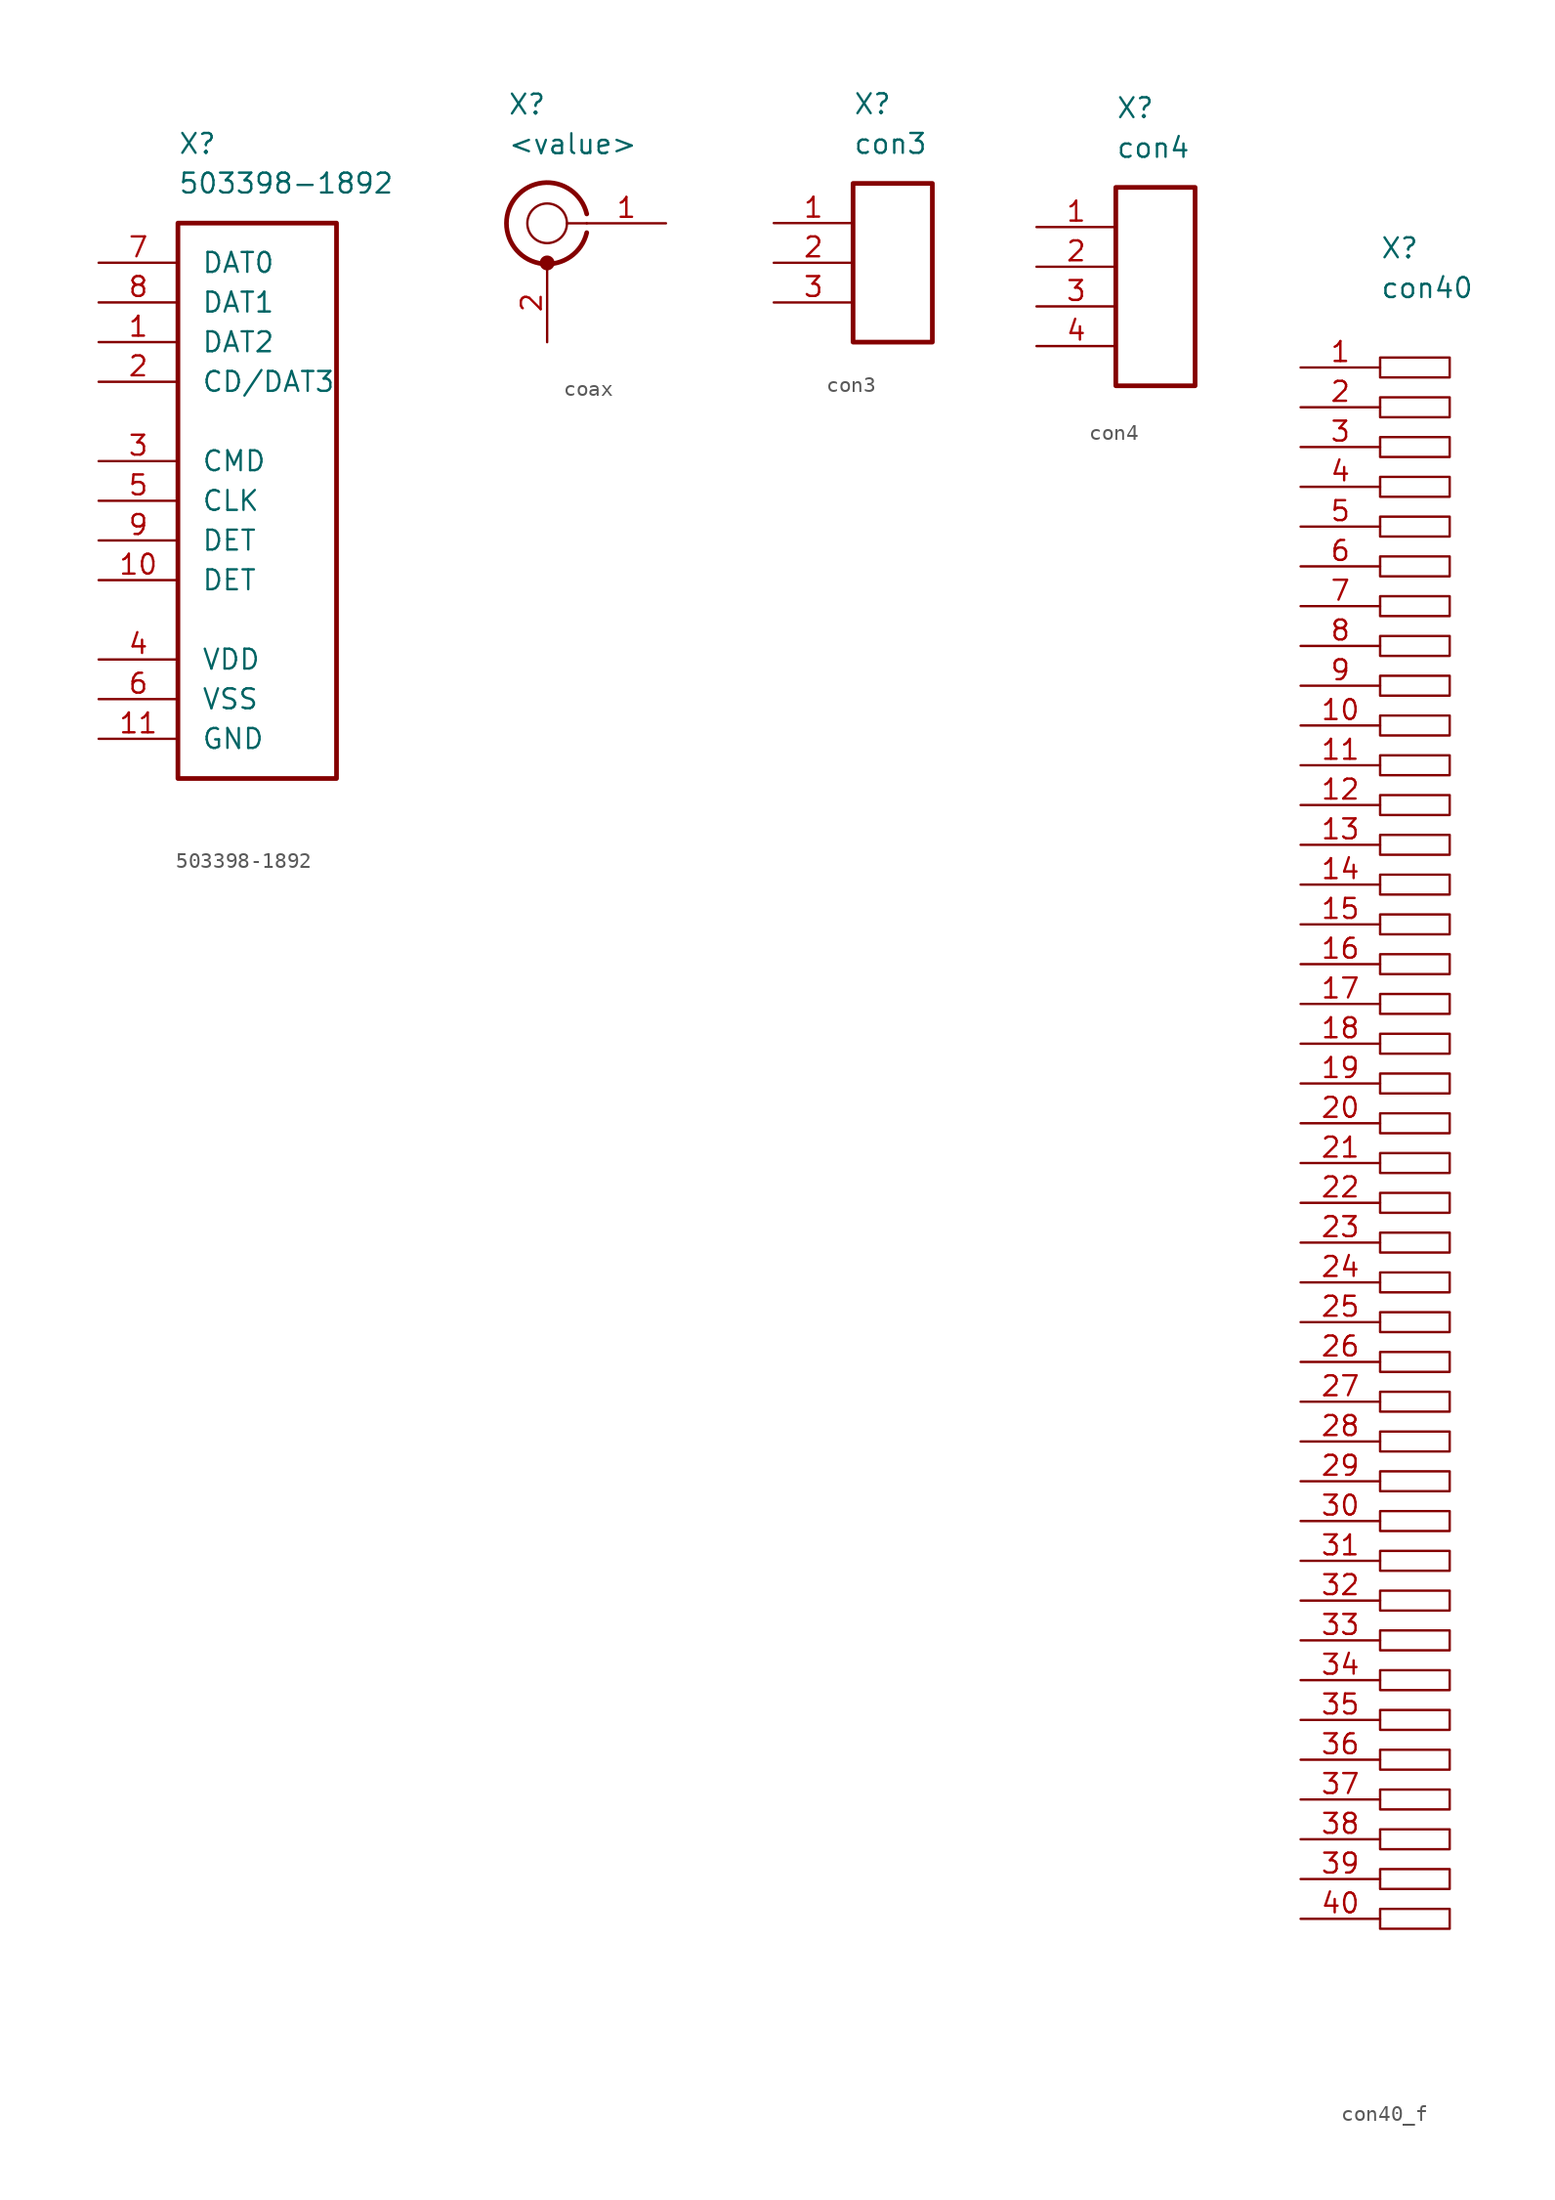
<source format=kicad_sym>
(kicad_symbol_lib
  (version 20241209)
  (generator "kicad_symbol_editor")
  (generator_version "9.0")
  (symbol "503398-1892"
    (pin_names
      (offset 1.5))
    (property "Reference" "X"
      (at 5.08 5.08 0)
      (effects (font (size 1.27 1.27)) (justify left)))
    (property "Value" "503398-1892"
      (at 5.08 2.54 0)
      (effects (font (size 1.27 1.27)) (justify left)))
    (symbol "503398-1892_0_1"
      (rectangle (start 5.08 0) (end 15.24 -35.56) (stroke (width 0.3) (type default)) (fill (type none))))
    (symbol "503398-1892_1_1"
      (pin passive line (at 0 -2.54 0) (length 5.08) (name "DAT0" (effects (font (size 1.27 1.27)))) (number "7" (effects (font (size 1.27 1.27)))))
      (pin passive line (at 0 -5.08 0) (length 5.08) (name "DAT1" (effects (font (size 1.27 1.27)))) (number "8" (effects (font (size 1.27 1.27)))))
      (pin passive line (at 0 -7.62 0) (length 5.08) (name "DAT2" (effects (font (size 1.27 1.27)))) (number "1" (effects (font (size 1.27 1.27)))))
      (pin passive line (at 0 -10.16 0) (length 5.08) (name "CD/DAT3" (effects (font (size 1.27 1.27)))) (number "2" (effects (font (size 1.27 1.27)))))
      (pin passive line (at 0 -15.24 0) (length 5.08) (name "CMD" (effects (font (size 1.27 1.27)))) (number "3" (effects (font (size 1.27 1.27)))))
      (pin passive line (at 0 -17.78 0) (length 5.08) (name "CLK" (effects (font (size 1.27 1.27)))) (number "5" (effects (font (size 1.27 1.27)))))
      (pin passive line (at 0 -20.32 0) (length 5.08) (name "DET" (effects (font (size 1.27 1.27)))) (number "9" (effects (font (size 1.27 1.27)))))
      (pin passive line (at 0 -22.86 0) (length 5.08) (name "DET" (effects (font (size 1.27 1.27)))) (number "10" (effects (font (size 1.27 1.27)))))
      (pin passive line (at 0 -27.94 0) (length 5.08) (name "VDD" (effects (font (size 1.27 1.27)))) (number "4" (effects (font (size 1.27 1.27)))))
      (pin passive line (at 0 -30.48 0) (length 5.08) (name "VSS" (effects (font (size 1.27 1.27)))) (number "6" (effects (font (size 1.27 1.27)))))
      (pin passive line (at 0 -33.02 0) (length 5.08) (name "GND" (effects (font (size 1.27 1.27)))) (number "11" (effects (font (size 1.27 1.27)))))))
  (symbol "coax"
    (pin_names
      (hide yes))
    (property "Reference" "X"
      (at -2.54 7.62 0)
      (effects (font (size 1.27 1.27)) (justify left)))
    (property "Value" "<value>"
      (at -2.54 5.08 0)
      (effects (font (size 1.27 1.27)) (justify left)))
    (symbol "coax_0_1"
      (circle (center 0 0) (radius 1.27) (stroke (width 0) (type default)) (fill (type none)))
      (arc (start 2.54 -0.6) (mid -2.6099 0) (end 2.54 0.6) (stroke (width 0.3) (type default)) (fill (type none)))
      (circle (center 0 -2.54) (radius 0.4) (stroke (width 0) (type default)) (fill (type outline)))
      (polyline (pts (xy 1.27 0) (xy 2.54 0)) (stroke (width 0) (type default)) (fill (type none))))
    (symbol "coax_1_1"
      (pin passive line (at 0 -7.62 90) (length 5.08) (name "2" (effects (font (size 1.27 1.27)))) (number "2" (effects (font (size 1.27 1.27)))))
      (pin passive line (at 7.62 0 180) (length 5.08) (name "1" (effects (font (size 1.27 1.27)))) (number "1" (effects (font (size 1.27 1.27)))))))
  (symbol "con3"
    (property "Reference" "X"
      (at 5.08 5.08 0)
      (effects (font (size 1.27 1.27)) (justify left)))
    (property "Value" "con3"
      (at 5.08 2.54 0)
      (effects (font (size 1.27 1.27)) (justify left)))
    (symbol "con3_0_1"
      (rectangle (start 5.08 0) (end 10.16 -10.16) (stroke (width 0.3) (type default)) (fill (type none))))
    (symbol "con3_1_1"
      (pin passive line (at 0 -2.54 0) (length 5.08) (name "" (effects (font (size 1.27 1.27)))) (number "1" (effects (font (size 1.27 1.27)))))
      (pin passive line (at 0 -5.08 0) (length 5.08) (name "" (effects (font (size 1.27 1.27)))) (number "2" (effects (font (size 1.27 1.27)))))
      (pin passive line (at 0 -7.62 0) (length 5.08) (name "" (effects (font (size 1.27 1.27)))) (number "3" (effects (font (size 1.27 1.27)))))))
  (symbol "con4"
    (property "Reference" "X"
      (at 5.08 5.08 0)
      (effects (font (size 1.27 1.27)) (justify left)))
    (property "Value" "con4"
      (at 5.08 2.54 0)
      (effects (font (size 1.27 1.27)) (justify left)))
    (symbol "con4_0_1"
      (rectangle (start 5.08 0) (end 10.16 -12.7) (stroke (width 0.3) (type default)) (fill (type none))))
    (symbol "con4_1_1"
      (pin passive line (at 0 -2.54 0) (length 5.08) (name "" (effects (font (size 1.27 1.27)))) (number "1" (effects (font (size 1.27 1.27)))))
      (pin passive line (at 0 -5.08 0) (length 5.08) (name "" (effects (font (size 1.27 1.27)))) (number "2" (effects (font (size 1.27 1.27)))))
      (pin passive line (at 0 -7.62 0) (length 5.08) (name "" (effects (font (size 1.27 1.27)))) (number "3" (effects (font (size 1.27 1.27)))))
      (pin passive line (at 0 -10.16 0) (length 5.08) (name "" (effects (font (size 1.27 1.27)))) (number "4" (effects (font (size 1.27 1.27)))))))
  (symbol "con40_f"
    (property "Reference" "X"
      (at 5.08 5.08 0)
      (effects (font (size 1.27 1.27)) (justify left)))
    (property "Value" "con40"
      (at 5.08 2.54 0)
      (effects (font (size 1.27 1.27)) (justify left)))
    (symbol "con40_f_0_1"
      (rectangle (start 5.08 -1.905) (end 9.525 -3.175) (stroke (width 0) (type default)) (fill (type none)))
      (rectangle (start 5.08 -4.445) (end 9.525 -5.715) (stroke (width 0) (type default)) (fill (type none)))
      (rectangle (start 5.08 -6.985) (end 9.525 -8.255) (stroke (width 0) (type default)) (fill (type none)))
      (rectangle (start 5.08 -9.525) (end 9.525 -10.795) (stroke (width 0) (type default)) (fill (type none)))
      (rectangle (start 5.08 -12.065) (end 9.525 -13.335) (stroke (width 0) (type default)) (fill (type none)))
      (rectangle (start 5.08 -14.605) (end 9.525 -15.875) (stroke (width 0) (type default)) (fill (type none)))
      (rectangle (start 5.08 -17.145) (end 9.525 -18.415) (stroke (width 0) (type default)) (fill (type none)))
      (rectangle (start 5.08 -19.685) (end 9.525 -20.955) (stroke (width 0) (type default)) (fill (type none)))
      (rectangle (start 5.08 -22.225) (end 9.525 -23.495) (stroke (width 0) (type default)) (fill (type none)))
      (rectangle (start 5.08 -24.765) (end 9.525 -26.035) (stroke (width 0) (type default)) (fill (type none)))
      (rectangle (start 5.08 -27.305) (end 9.525 -28.575) (stroke (width 0) (type default)) (fill (type none)))
      (rectangle (start 5.08 -29.845) (end 9.525 -31.115) (stroke (width 0) (type default)) (fill (type none)))
      (rectangle (start 5.08 -32.385) (end 9.525 -33.655) (stroke (width 0) (type default)) (fill (type none)))
      (rectangle (start 5.08 -34.925) (end 9.525 -36.195) (stroke (width 0) (type default)) (fill (type none)))
      (rectangle (start 5.08 -37.465) (end 9.525 -38.735) (stroke (width 0) (type default)) (fill (type none)))
      (rectangle (start 5.08 -40.005) (end 9.525 -41.275) (stroke (width 0) (type default)) (fill (type none)))
      (rectangle (start 5.08 -42.545) (end 9.525 -43.815) (stroke (width 0) (type default)) (fill (type none)))
      (rectangle (start 5.08 -45.085) (end 9.525 -46.355) (stroke (width 0) (type default)) (fill (type none)))
      (rectangle (start 5.08 -47.625) (end 9.525 -48.895) (stroke (width 0) (type default)) (fill (type none)))
      (rectangle (start 5.08 -50.165) (end 9.525 -51.435) (stroke (width 0) (type default)) (fill (type none)))
      (rectangle (start 5.08 -52.705) (end 9.525 -53.975) (stroke (width 0) (type default)) (fill (type none)))
      (rectangle (start 5.08 -55.245) (end 9.525 -56.515) (stroke (width 0) (type default)) (fill (type none)))
      (rectangle (start 5.08 -57.785) (end 9.525 -59.055) (stroke (width 0) (type default)) (fill (type none)))
      (rectangle (start 5.08 -60.325) (end 9.525 -61.595) (stroke (width 0) (type default)) (fill (type none)))
      (rectangle (start 5.08 -62.865) (end 9.525 -64.135) (stroke (width 0) (type default)) (fill (type none)))
      (rectangle (start 5.08 -65.405) (end 9.525 -66.675) (stroke (width 0) (type default)) (fill (type none)))
      (rectangle (start 5.08 -67.945) (end 9.525 -69.215) (stroke (width 0) (type default)) (fill (type none)))
      (rectangle (start 5.08 -70.485) (end 9.525 -71.755) (stroke (width 0) (type default)) (fill (type none)))
      (rectangle (start 5.08 -73.025) (end 9.525 -74.295) (stroke (width 0) (type default)) (fill (type none)))
      (rectangle (start 5.08 -75.565) (end 9.525 -76.835) (stroke (width 0) (type default)) (fill (type none)))
      (rectangle (start 5.08 -78.105) (end 9.525 -79.375) (stroke (width 0) (type default)) (fill (type none)))
      (rectangle (start 5.08 -80.645) (end 9.525 -81.915) (stroke (width 0) (type default)) (fill (type none)))
      (rectangle (start 5.08 -83.185) (end 9.525 -84.455) (stroke (width 0) (type default)) (fill (type none)))
      (rectangle (start 5.08 -85.725) (end 9.525 -86.995) (stroke (width 0) (type default)) (fill (type none)))
      (rectangle (start 5.08 -88.265) (end 9.525 -89.535) (stroke (width 0) (type default)) (fill (type none)))
      (rectangle (start 5.08 -90.805) (end 9.525 -92.075) (stroke (width 0) (type default)) (fill (type none)))
      (rectangle (start 5.08 -93.345) (end 9.525 -94.615) (stroke (width 0) (type default)) (fill (type none)))
      (rectangle (start 5.08 -95.885) (end 9.525 -97.155) (stroke (width 0) (type default)) (fill (type none)))
      (rectangle (start 5.08 -98.425) (end 9.525 -99.695) (stroke (width 0) (type default)) (fill (type none)))
      (rectangle (start 5.08 -100.965) (end 9.525 -102.235) (stroke (width 0) (type default)) (fill (type none))))
    (symbol "con40_f_1_1"
      (pin passive line (at 0 -2.54 0) (length 5.08) (name "" (effects (font (size 1.27 1.27)))) (number "1" (effects (font (size 1.27 1.27)))))
      (pin passive line (at 0 -5.08 0) (length 5.08) (name "" (effects (font (size 1.27 1.27)))) (number "2" (effects (font (size 1.27 1.27)))))
      (pin passive line (at 0 -7.62 0) (length 5.08) (name "" (effects (font (size 1.27 1.27)))) (number "3" (effects (font (size 1.27 1.27)))))
      (pin passive line (at 0 -10.16 0) (length 5.08) (name "" (effects (font (size 1.27 1.27)))) (number "4" (effects (font (size 1.27 1.27)))))
      (pin passive line (at 0 -12.7 0) (length 5.08) (name "" (effects (font (size 1.27 1.27)))) (number "5" (effects (font (size 1.27 1.27)))))
      (pin passive line (at 0 -15.24 0) (length 5.08) (name "" (effects (font (size 1.27 1.27)))) (number "6" (effects (font (size 1.27 1.27)))))
      (pin passive line (at 0 -17.78 0) (length 5.08) (name "" (effects (font (size 1.27 1.27)))) (number "7" (effects (font (size 1.27 1.27)))))
      (pin passive line (at 0 -20.32 0) (length 5.08) (name "" (effects (font (size 1.27 1.27)))) (number "8" (effects (font (size 1.27 1.27)))))
      (pin passive line (at 0 -22.86 0) (length 5.08) (name "" (effects (font (size 1.27 1.27)))) (number "9" (effects (font (size 1.27 1.27)))))
      (pin passive line (at 0 -25.4 0) (length 5.08) (name "" (effects (font (size 1.27 1.27)))) (number "10" (effects (font (size 1.27 1.27)))))
      (pin passive line (at 0 -27.94 0) (length 5.08) (name "" (effects (font (size 1.27 1.27)))) (number "11" (effects (font (size 1.27 1.27)))))
      (pin passive line (at 0 -30.48 0) (length 5.08) (name "" (effects (font (size 1.27 1.27)))) (number "12" (effects (font (size 1.27 1.27)))))
      (pin passive line (at 0 -33.02 0) (length 5.08) (name "" (effects (font (size 1.27 1.27)))) (number "13" (effects (font (size 1.27 1.27)))))
      (pin passive line (at 0 -35.56 0) (length 5.08) (name "" (effects (font (size 1.27 1.27)))) (number "14" (effects (font (size 1.27 1.27)))))
      (pin passive line (at 0 -38.1 0) (length 5.08) (name "" (effects (font (size 1.27 1.27)))) (number "15" (effects (font (size 1.27 1.27)))))
      (pin passive line (at 0 -40.64 0) (length 5.08) (name "" (effects (font (size 1.27 1.27)))) (number "16" (effects (font (size 1.27 1.27)))))
      (pin passive line (at 0 -43.18 0) (length 5.08) (name "" (effects (font (size 1.27 1.27)))) (number "17" (effects (font (size 1.27 1.27)))))
      (pin passive line (at 0 -45.72 0) (length 5.08) (name "" (effects (font (size 1.27 1.27)))) (number "18" (effects (font (size 1.27 1.27)))))
      (pin passive line (at 0 -48.26 0) (length 5.08) (name "" (effects (font (size 1.27 1.27)))) (number "19" (effects (font (size 1.27 1.27)))))
      (pin passive line (at 0 -50.8 0) (length 5.08) (name "" (effects (font (size 1.27 1.27)))) (number "20" (effects (font (size 1.27 1.27)))))
      (pin passive line (at 0 -53.34 0) (length 5.08) (name "" (effects (font (size 1.27 1.27)))) (number "21" (effects (font (size 1.27 1.27)))))
      (pin passive line (at 0 -55.88 0) (length 5.08) (name "" (effects (font (size 1.27 1.27)))) (number "22" (effects (font (size 1.27 1.27)))))
      (pin passive line (at 0 -58.42 0) (length 5.08) (name "" (effects (font (size 1.27 1.27)))) (number "23" (effects (font (size 1.27 1.27)))))
      (pin passive line (at 0 -60.96 0) (length 5.08) (name "" (effects (font (size 1.27 1.27)))) (number "24" (effects (font (size 1.27 1.27)))))
      (pin passive line (at 0 -63.5 0) (length 5.08) (name "" (effects (font (size 1.27 1.27)))) (number "25" (effects (font (size 1.27 1.27)))))
      (pin passive line (at 0 -66.04 0) (length 5.08) (name "" (effects (font (size 1.27 1.27)))) (number "26" (effects (font (size 1.27 1.27)))))
      (pin passive line (at 0 -68.58 0) (length 5.08) (name "" (effects (font (size 1.27 1.27)))) (number "27" (effects (font (size 1.27 1.27)))))
      (pin passive line (at 0 -71.12 0) (length 5.08) (name "" (effects (font (size 1.27 1.27)))) (number "28" (effects (font (size 1.27 1.27)))))
      (pin passive line (at 0 -73.66 0) (length 5.08) (name "" (effects (font (size 1.27 1.27)))) (number "29" (effects (font (size 1.27 1.27)))))
      (pin passive line (at 0 -76.2 0) (length 5.08) (name "" (effects (font (size 1.27 1.27)))) (number "30" (effects (font (size 1.27 1.27)))))
      (pin passive line (at 0 -78.74 0) (length 5.08) (name "" (effects (font (size 1.27 1.27)))) (number "31" (effects (font (size 1.27 1.27)))))
      (pin passive line (at 0 -81.28 0) (length 5.08) (name "" (effects (font (size 1.27 1.27)))) (number "32" (effects (font (size 1.27 1.27)))))
      (pin passive line (at 0 -83.82 0) (length 5.08) (name "" (effects (font (size 1.27 1.27)))) (number "33" (effects (font (size 1.27 1.27)))))
      (pin passive line (at 0 -86.36 0) (length 5.08) (name "" (effects (font (size 1.27 1.27)))) (number "34" (effects (font (size 1.27 1.27)))))
      (pin passive line (at 0 -88.9 0) (length 5.08) (name "" (effects (font (size 1.27 1.27)))) (number "35" (effects (font (size 1.27 1.27)))))
      (pin passive line (at 0 -91.44 0) (length 5.08) (name "" (effects (font (size 1.27 1.27)))) (number "36" (effects (font (size 1.27 1.27)))))
      (pin passive line (at 0 -93.98 0) (length 5.08) (name "" (effects (font (size 1.27 1.27)))) (number "37" (effects (font (size 1.27 1.27)))))
      (pin passive line (at 0 -96.52 0) (length 5.08) (name "" (effects (font (size 1.27 1.27)))) (number "38" (effects (font (size 1.27 1.27)))))
      (pin passive line (at 0 -99.06 0) (length 5.08) (name "" (effects (font (size 1.27 1.27)))) (number "39" (effects (font (size 1.27 1.27)))))
      (pin passive line (at 0 -101.6 0) (length 5.08) (name "" (effects (font (size 1.27 1.27)))) (number "40" (effects (font (size 1.27 1.27))))))))
</source>
